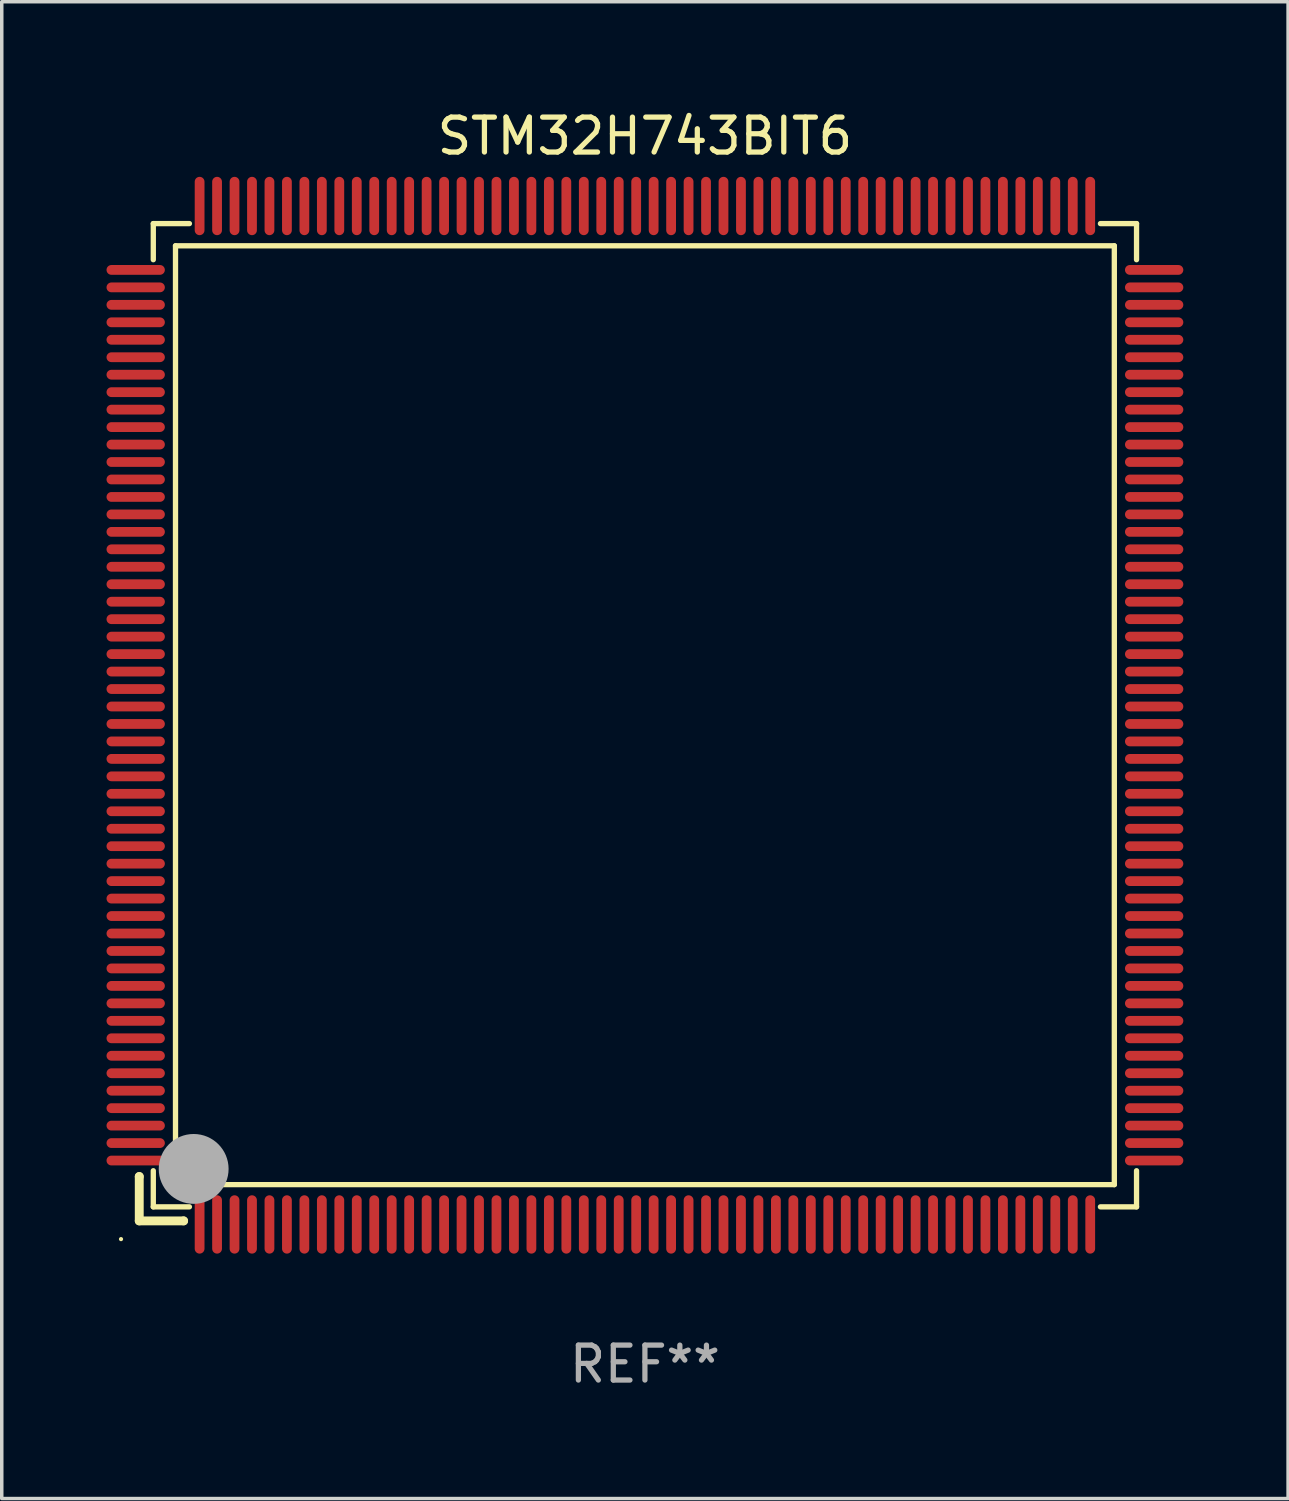
<source format=kicad_pcb>
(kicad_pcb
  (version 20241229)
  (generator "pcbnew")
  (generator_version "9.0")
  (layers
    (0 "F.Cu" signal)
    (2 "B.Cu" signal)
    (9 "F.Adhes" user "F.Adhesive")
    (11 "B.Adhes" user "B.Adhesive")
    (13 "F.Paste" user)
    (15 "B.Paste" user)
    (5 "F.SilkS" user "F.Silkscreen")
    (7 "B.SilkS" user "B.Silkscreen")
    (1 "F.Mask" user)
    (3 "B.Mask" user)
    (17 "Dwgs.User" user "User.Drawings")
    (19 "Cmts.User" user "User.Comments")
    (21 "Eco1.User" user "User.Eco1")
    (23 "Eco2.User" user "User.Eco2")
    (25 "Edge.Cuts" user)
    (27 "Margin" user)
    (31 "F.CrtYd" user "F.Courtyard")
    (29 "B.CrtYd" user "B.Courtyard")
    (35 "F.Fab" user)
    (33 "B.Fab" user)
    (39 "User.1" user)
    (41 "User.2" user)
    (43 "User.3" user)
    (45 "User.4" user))
  (footprint "STM32H743BIT6"
    (layer "F.Cu")
    (at 15.415 17.428)
    (property "Reference" "STM32H743BIT6" (at 0 -16.58 0) (layer "F.SilkS") (effects (font (size 1 1) (thickness 0.15))))
    (attr through_hole)
    (fp_line (start -14.478 13.208) (end -14.478 13.208) (stroke (width 0.254) (type solid)) (layer "F.SilkS"))
    (fp_line (start -14.478 13.208) (end -14.478 14.478) (stroke (width 0.254) (type solid)) (layer "F.SilkS"))
    (fp_line (start -14.478 14.478) (end -13.208 14.478) (stroke (width 0.254) (type solid)) (layer "F.SilkS"))
    (fp_line (start -14.076 -14.076) (end -14.076 -13.042) (stroke (width 0.152) (type solid)) (layer "F.SilkS"))
    (fp_line (start -14.076 14.076) (end -14.076 13.042) (stroke (width 0.152) (type solid)) (layer "F.SilkS"))
    (fp_line (start -13.44 -13.44) (end 13.44 -13.44) (stroke (width 0.152) (type solid)) (layer "F.SilkS"))
    (fp_line (start -13.44 13.44) (end -13.44 -13.44) (stroke (width 0.152) (type solid)) (layer "F.SilkS"))
    (fp_line (start -13.208 14.478) (end -13.208 14.478) (stroke (width 0.254) (type solid)) (layer "F.SilkS"))
    (fp_line (start -13.042 -14.076) (end -14.076 -14.076) (stroke (width 0.152) (type solid)) (layer "F.SilkS"))
    (fp_line (start -13.042 14.076) (end -14.076 14.076) (stroke (width 0.152) (type solid)) (layer "F.SilkS"))
    (fp_line (start 13.042 -14.076) (end 14.076 -14.076) (stroke (width 0.152) (type solid)) (layer "F.SilkS"))
    (fp_line (start 13.042 14.076) (end 14.076 14.076) (stroke (width 0.152) (type solid)) (layer "F.SilkS"))
    (fp_line (start 13.44 -13.44) (end 13.44 13.44) (stroke (width 0.152) (type solid)) (layer "F.SilkS"))
    (fp_line (start 13.44 13.44) (end -13.44 13.44) (stroke (width 0.152) (type solid)) (layer "F.SilkS"))
    (fp_line (start 14.076 -14.076) (end 14.076 -13.042) (stroke (width 0.152) (type solid)) (layer "F.SilkS"))
    (fp_line (start 14.076 14.076) (end 14.076 13.042) (stroke (width 0.152) (type solid)) (layer "F.SilkS"))
    (fp_circle (center -15 15) (end -14.97 15) (stroke (width 0.06) (type solid)) (fill no) (layer "F.SilkS"))
    (fp_circle (center -13.138 13.138) (end -13.063 13.138) (stroke (width 0.15) (type solid)) (fill no) (layer "F.SilkS"))
    (fp_circle (center -12.92 12.99) (end -12.42 12.99) (stroke (width 1) (type solid)) (fill no) (layer "F.Fab"))
    (fp_text user "REF**" (at 0 18.58 0) (layer "F.Fab") (effects (font (size 1 1) (thickness 0.15))))
    (pad "1" smd oval (at -12.75 14.58) (size 0.28 1.67) (layers "F.Cu" "F.Mask" "F.Paste"))
    (pad "2" smd oval (at -12.25 14.58) (size 0.28 1.67) (layers "F.Cu" "F.Mask" "F.Paste"))
    (pad "3" smd oval (at -11.75 14.58) (size 0.28 1.67) (layers "F.Cu" "F.Mask" "F.Paste"))
    (pad "4" smd oval (at -11.25 14.58) (size 0.28 1.67) (layers "F.Cu" "F.Mask" "F.Paste"))
    (pad "5" smd oval (at -10.75 14.58) (size 0.28 1.67) (layers "F.Cu" "F.Mask" "F.Paste"))
    (pad "6" smd oval (at -10.25 14.58) (size 0.28 1.67) (layers "F.Cu" "F.Mask" "F.Paste"))
    (pad "7" smd oval (at -9.75 14.58) (size 0.28 1.67) (layers "F.Cu" "F.Mask" "F.Paste"))
    (pad "8" smd oval (at -9.25 14.58) (size 0.28 1.67) (layers "F.Cu" "F.Mask" "F.Paste"))
    (pad "9" smd oval (at -8.75 14.58) (size 0.28 1.67) (layers "F.Cu" "F.Mask" "F.Paste"))
    (pad "10" smd oval (at -8.25 14.58) (size 0.28 1.67) (layers "F.Cu" "F.Mask" "F.Paste"))
    (pad "11" smd oval (at -7.75 14.58) (size 0.28 1.67) (layers "F.Cu" "F.Mask" "F.Paste"))
    (pad "12" smd oval (at -7.25 14.58) (size 0.28 1.67) (layers "F.Cu" "F.Mask" "F.Paste"))
    (pad "13" smd oval (at -6.75 14.58) (size 0.28 1.67) (layers "F.Cu" "F.Mask" "F.Paste"))
    (pad "14" smd oval (at -6.25 14.58) (size 0.28 1.67) (layers "F.Cu" "F.Mask" "F.Paste"))
    (pad "15" smd oval (at -5.75 14.58) (size 0.28 1.67) (layers "F.Cu" "F.Mask" "F.Paste"))
    (pad "16" smd oval (at -5.25 14.58) (size 0.28 1.67) (layers "F.Cu" "F.Mask" "F.Paste"))
    (pad "17" smd oval (at -4.75 14.58) (size 0.28 1.67) (layers "F.Cu" "F.Mask" "F.Paste"))
    (pad "18" smd oval (at -4.25 14.58) (size 0.28 1.67) (layers "F.Cu" "F.Mask" "F.Paste"))
    (pad "19" smd oval (at -3.75 14.58) (size 0.28 1.67) (layers "F.Cu" "F.Mask" "F.Paste"))
    (pad "20" smd oval (at -3.25 14.58) (size 0.28 1.67) (layers "F.Cu" "F.Mask" "F.Paste"))
    (pad "21" smd oval (at -2.75 14.58) (size 0.28 1.67) (layers "F.Cu" "F.Mask" "F.Paste"))
    (pad "22" smd oval (at -2.25 14.58) (size 0.28 1.67) (layers "F.Cu" "F.Mask" "F.Paste"))
    (pad "23" smd oval (at -1.75 14.58) (size 0.28 1.67) (layers "F.Cu" "F.Mask" "F.Paste"))
    (pad "24" smd oval (at -1.25 14.58) (size 0.28 1.67) (layers "F.Cu" "F.Mask" "F.Paste"))
    (pad "25" smd oval (at -0.75 14.58) (size 0.28 1.67) (layers "F.Cu" "F.Mask" "F.Paste"))
    (pad "26" smd oval (at -0.25 14.58) (size 0.28 1.67) (layers "F.Cu" "F.Mask" "F.Paste"))
    (pad "27" smd oval (at 0.25 14.58) (size 0.28 1.67) (layers "F.Cu" "F.Mask" "F.Paste"))
    (pad "28" smd oval (at 0.75 14.58) (size 0.28 1.67) (layers "F.Cu" "F.Mask" "F.Paste"))
    (pad "29" smd oval (at 1.25 14.58) (size 0.28 1.67) (layers "F.Cu" "F.Mask" "F.Paste"))
    (pad "30" smd oval (at 1.75 14.58) (size 0.28 1.67) (layers "F.Cu" "F.Mask" "F.Paste"))
    (pad "31" smd oval (at 2.25 14.58) (size 0.28 1.67) (layers "F.Cu" "F.Mask" "F.Paste"))
    (pad "32" smd oval (at 2.75 14.58) (size 0.28 1.67) (layers "F.Cu" "F.Mask" "F.Paste"))
    (pad "33" smd oval (at 3.25 14.58) (size 0.28 1.67) (layers "F.Cu" "F.Mask" "F.Paste"))
    (pad "34" smd oval (at 3.75 14.58) (size 0.28 1.67) (layers "F.Cu" "F.Mask" "F.Paste"))
    (pad "35" smd oval (at 4.25 14.58) (size 0.28 1.67) (layers "F.Cu" "F.Mask" "F.Paste"))
    (pad "36" smd oval (at 4.75 14.58) (size 0.28 1.67) (layers "F.Cu" "F.Mask" "F.Paste"))
    (pad "37" smd oval (at 5.25 14.58) (size 0.28 1.67) (layers "F.Cu" "F.Mask" "F.Paste"))
    (pad "38" smd oval (at 5.75 14.58) (size 0.28 1.67) (layers "F.Cu" "F.Mask" "F.Paste"))
    (pad "39" smd oval (at 6.25 14.58) (size 0.28 1.67) (layers "F.Cu" "F.Mask" "F.Paste"))
    (pad "40" smd oval (at 6.75 14.58) (size 0.28 1.67) (layers "F.Cu" "F.Mask" "F.Paste"))
    (pad "41" smd oval (at 7.25 14.58) (size 0.28 1.67) (layers "F.Cu" "F.Mask" "F.Paste"))
    (pad "42" smd oval (at 7.75 14.58) (size 0.28 1.67) (layers "F.Cu" "F.Mask" "F.Paste"))
    (pad "43" smd oval (at 8.25 14.58) (size 0.28 1.67) (layers "F.Cu" "F.Mask" "F.Paste"))
    (pad "44" smd oval (at 8.75 14.58) (size 0.28 1.67) (layers "F.Cu" "F.Mask" "F.Paste"))
    (pad "45" smd oval (at 9.25 14.58) (size 0.28 1.67) (layers "F.Cu" "F.Mask" "F.Paste"))
    (pad "46" smd oval (at 9.75 14.58) (size 0.28 1.67) (layers "F.Cu" "F.Mask" "F.Paste"))
    (pad "47" smd oval (at 10.25 14.58) (size 0.28 1.67) (layers "F.Cu" "F.Mask" "F.Paste"))
    (pad "48" smd oval (at 10.75 14.58) (size 0.28 1.67) (layers "F.Cu" "F.Mask" "F.Paste"))
    (pad "49" smd oval (at 11.25 14.58) (size 0.28 1.67) (layers "F.Cu" "F.Mask" "F.Paste"))
    (pad "50" smd oval (at 11.75 14.58) (size 0.28 1.67) (layers "F.Cu" "F.Mask" "F.Paste"))
    (pad "51" smd oval (at 12.25 14.58) (size 0.28 1.67) (layers "F.Cu" "F.Mask" "F.Paste"))
    (pad "52" smd oval (at 12.75 14.58) (size 0.28 1.67) (layers "F.Cu" "F.Mask" "F.Paste"))
    (pad "53" smd oval (at 14.58 12.75) (size 1.67 0.28) (layers "F.Cu" "F.Mask" "F.Paste"))
    (pad "54" smd oval (at 14.58 12.25) (size 1.67 0.28) (layers "F.Cu" "F.Mask" "F.Paste"))
    (pad "55" smd oval (at 14.58 11.75) (size 1.67 0.28) (layers "F.Cu" "F.Mask" "F.Paste"))
    (pad "56" smd oval (at 14.58 11.25) (size 1.67 0.28) (layers "F.Cu" "F.Mask" "F.Paste"))
    (pad "57" smd oval (at 14.58 10.75) (size 1.67 0.28) (layers "F.Cu" "F.Mask" "F.Paste"))
    (pad "58" smd oval (at 14.58 10.25) (size 1.67 0.28) (layers "F.Cu" "F.Mask" "F.Paste"))
    (pad "59" smd oval (at 14.58 9.75) (size 1.67 0.28) (layers "F.Cu" "F.Mask" "F.Paste"))
    (pad "60" smd oval (at 14.58 9.25) (size 1.67 0.28) (layers "F.Cu" "F.Mask" "F.Paste"))
    (pad "61" smd oval (at 14.58 8.75) (size 1.67 0.28) (layers "F.Cu" "F.Mask" "F.Paste"))
    (pad "62" smd oval (at 14.58 8.25) (size 1.67 0.28) (layers "F.Cu" "F.Mask" "F.Paste"))
    (pad "63" smd oval (at 14.58 7.75) (size 1.67 0.28) (layers "F.Cu" "F.Mask" "F.Paste"))
    (pad "64" smd oval (at 14.58 7.25) (size 1.67 0.28) (layers "F.Cu" "F.Mask" "F.Paste"))
    (pad "65" smd oval (at 14.58 6.75) (size 1.67 0.28) (layers "F.Cu" "F.Mask" "F.Paste"))
    (pad "66" smd oval (at 14.58 6.25) (size 1.67 0.28) (layers "F.Cu" "F.Mask" "F.Paste"))
    (pad "67" smd oval (at 14.58 5.75) (size 1.67 0.28) (layers "F.Cu" "F.Mask" "F.Paste"))
    (pad "68" smd oval (at 14.58 5.25) (size 1.67 0.28) (layers "F.Cu" "F.Mask" "F.Paste"))
    (pad "69" smd oval (at 14.58 4.75) (size 1.67 0.28) (layers "F.Cu" "F.Mask" "F.Paste"))
    (pad "70" smd oval (at 14.58 4.25) (size 1.67 0.28) (layers "F.Cu" "F.Mask" "F.Paste"))
    (pad "71" smd oval (at 14.58 3.75) (size 1.67 0.28) (layers "F.Cu" "F.Mask" "F.Paste"))
    (pad "72" smd oval (at 14.58 3.25) (size 1.67 0.28) (layers "F.Cu" "F.Mask" "F.Paste"))
    (pad "73" smd oval (at 14.58 2.75) (size 1.67 0.28) (layers "F.Cu" "F.Mask" "F.Paste"))
    (pad "74" smd oval (at 14.58 2.25) (size 1.67 0.28) (layers "F.Cu" "F.Mask" "F.Paste"))
    (pad "75" smd oval (at 14.58 1.75) (size 1.67 0.28) (layers "F.Cu" "F.Mask" "F.Paste"))
    (pad "76" smd oval (at 14.58 1.25) (size 1.67 0.28) (layers "F.Cu" "F.Mask" "F.Paste"))
    (pad "77" smd oval (at 14.58 0.75) (size 1.67 0.28) (layers "F.Cu" "F.Mask" "F.Paste"))
    (pad "78" smd oval (at 14.58 0.25) (size 1.67 0.28) (layers "F.Cu" "F.Mask" "F.Paste"))
    (pad "79" smd oval (at 14.58 -0.25) (size 1.67 0.28) (layers "F.Cu" "F.Mask" "F.Paste"))
    (pad "80" smd oval (at 14.58 -0.75) (size 1.67 0.28) (layers "F.Cu" "F.Mask" "F.Paste"))
    (pad "81" smd oval (at 14.58 -1.25) (size 1.67 0.28) (layers "F.Cu" "F.Mask" "F.Paste"))
    (pad "82" smd oval (at 14.58 -1.75) (size 1.67 0.28) (layers "F.Cu" "F.Mask" "F.Paste"))
    (pad "83" smd oval (at 14.58 -2.25) (size 1.67 0.28) (layers "F.Cu" "F.Mask" "F.Paste"))
    (pad "84" smd oval (at 14.58 -2.75) (size 1.67 0.28) (layers "F.Cu" "F.Mask" "F.Paste"))
    (pad "85" smd oval (at 14.58 -3.25) (size 1.67 0.28) (layers "F.Cu" "F.Mask" "F.Paste"))
    (pad "86" smd oval (at 14.58 -3.75) (size 1.67 0.28) (layers "F.Cu" "F.Mask" "F.Paste"))
    (pad "87" smd oval (at 14.58 -4.25) (size 1.67 0.28) (layers "F.Cu" "F.Mask" "F.Paste"))
    (pad "88" smd oval (at 14.58 -4.75) (size 1.67 0.28) (layers "F.Cu" "F.Mask" "F.Paste"))
    (pad "89" smd oval (at 14.58 -5.25) (size 1.67 0.28) (layers "F.Cu" "F.Mask" "F.Paste"))
    (pad "90" smd oval (at 14.58 -5.75) (size 1.67 0.28) (layers "F.Cu" "F.Mask" "F.Paste"))
    (pad "91" smd oval (at 14.58 -6.25) (size 1.67 0.28) (layers "F.Cu" "F.Mask" "F.Paste"))
    (pad "92" smd oval (at 14.58 -6.75) (size 1.67 0.28) (layers "F.Cu" "F.Mask" "F.Paste"))
    (pad "93" smd oval (at 14.58 -7.25) (size 1.67 0.28) (layers "F.Cu" "F.Mask" "F.Paste"))
    (pad "94" smd oval (at 14.58 -7.75) (size 1.67 0.28) (layers "F.Cu" "F.Mask" "F.Paste"))
    (pad "95" smd oval (at 14.58 -8.25) (size 1.67 0.28) (layers "F.Cu" "F.Mask" "F.Paste"))
    (pad "96" smd oval (at 14.58 -8.75) (size 1.67 0.28) (layers "F.Cu" "F.Mask" "F.Paste"))
    (pad "97" smd oval (at 14.58 -9.25) (size 1.67 0.28) (layers "F.Cu" "F.Mask" "F.Paste"))
    (pad "98" smd oval (at 14.58 -9.75) (size 1.67 0.28) (layers "F.Cu" "F.Mask" "F.Paste"))
    (pad "99" smd oval (at 14.58 -10.25) (size 1.67 0.28) (layers "F.Cu" "F.Mask" "F.Paste"))
    (pad "100" smd oval (at 14.58 -10.75) (size 1.67 0.28) (layers "F.Cu" "F.Mask" "F.Paste"))
    (pad "101" smd oval (at 14.58 -11.25) (size 1.67 0.28) (layers "F.Cu" "F.Mask" "F.Paste"))
    (pad "102" smd oval (at 14.58 -11.75) (size 1.67 0.28) (layers "F.Cu" "F.Mask" "F.Paste"))
    (pad "103" smd oval (at 14.58 -12.25) (size 1.67 0.28) (layers "F.Cu" "F.Mask" "F.Paste"))
    (pad "104" smd oval (at 14.58 -12.75) (size 1.67 0.28) (layers "F.Cu" "F.Mask" "F.Paste"))
    (pad "105" smd oval (at 12.75 -14.58) (size 0.28 1.67) (layers "F.Cu" "F.Mask" "F.Paste"))
    (pad "106" smd oval (at 12.25 -14.58) (size 0.28 1.67) (layers "F.Cu" "F.Mask" "F.Paste"))
    (pad "107" smd oval (at 11.75 -14.58) (size 0.28 1.67) (layers "F.Cu" "F.Mask" "F.Paste"))
    (pad "108" smd oval (at 11.25 -14.58) (size 0.28 1.67) (layers "F.Cu" "F.Mask" "F.Paste"))
    (pad "109" smd oval (at 10.75 -14.58) (size 0.28 1.67) (layers "F.Cu" "F.Mask" "F.Paste"))
    (pad "110" smd oval (at 10.25 -14.58) (size 0.28 1.67) (layers "F.Cu" "F.Mask" "F.Paste"))
    (pad "111" smd oval (at 9.75 -14.58) (size 0.28 1.67) (layers "F.Cu" "F.Mask" "F.Paste"))
    (pad "112" smd oval (at 9.25 -14.58) (size 0.28 1.67) (layers "F.Cu" "F.Mask" "F.Paste"))
    (pad "113" smd oval (at 8.75 -14.58) (size 0.28 1.67) (layers "F.Cu" "F.Mask" "F.Paste"))
    (pad "114" smd oval (at 8.25 -14.58) (size 0.28 1.67) (layers "F.Cu" "F.Mask" "F.Paste"))
    (pad "115" smd oval (at 7.75 -14.58) (size 0.28 1.67) (layers "F.Cu" "F.Mask" "F.Paste"))
    (pad "116" smd oval (at 7.25 -14.58) (size 0.28 1.67) (layers "F.Cu" "F.Mask" "F.Paste"))
    (pad "117" smd oval (at 6.75 -14.58) (size 0.28 1.67) (layers "F.Cu" "F.Mask" "F.Paste"))
    (pad "118" smd oval (at 6.25 -14.58) (size 0.28 1.67) (layers "F.Cu" "F.Mask" "F.Paste"))
    (pad "119" smd oval (at 5.75 -14.58) (size 0.28 1.67) (layers "F.Cu" "F.Mask" "F.Paste"))
    (pad "120" smd oval (at 5.25 -14.58) (size 0.28 1.67) (layers "F.Cu" "F.Mask" "F.Paste"))
    (pad "121" smd oval (at 4.75 -14.58) (size 0.28 1.67) (layers "F.Cu" "F.Mask" "F.Paste"))
    (pad "122" smd oval (at 4.25 -14.58) (size 0.28 1.67) (layers "F.Cu" "F.Mask" "F.Paste"))
    (pad "123" smd oval (at 3.75 -14.58) (size 0.28 1.67) (layers "F.Cu" "F.Mask" "F.Paste"))
    (pad "124" smd oval (at 3.25 -14.58) (size 0.28 1.67) (layers "F.Cu" "F.Mask" "F.Paste"))
    (pad "125" smd oval (at 2.75 -14.58) (size 0.28 1.67) (layers "F.Cu" "F.Mask" "F.Paste"))
    (pad "126" smd oval (at 2.25 -14.58) (size 0.28 1.67) (layers "F.Cu" "F.Mask" "F.Paste"))
    (pad "127" smd oval (at 1.75 -14.58) (size 0.28 1.67) (layers "F.Cu" "F.Mask" "F.Paste"))
    (pad "128" smd oval (at 1.25 -14.58) (size 0.28 1.67) (layers "F.Cu" "F.Mask" "F.Paste"))
    (pad "129" smd oval (at 0.75 -14.58) (size 0.28 1.67) (layers "F.Cu" "F.Mask" "F.Paste"))
    (pad "130" smd oval (at 0.25 -14.58) (size 0.28 1.67) (layers "F.Cu" "F.Mask" "F.Paste"))
    (pad "131" smd oval (at -0.25 -14.58) (size 0.28 1.67) (layers "F.Cu" "F.Mask" "F.Paste"))
    (pad "132" smd oval (at -0.75 -14.58) (size 0.28 1.67) (layers "F.Cu" "F.Mask" "F.Paste"))
    (pad "133" smd oval (at -1.25 -14.58) (size 0.28 1.67) (layers "F.Cu" "F.Mask" "F.Paste"))
    (pad "134" smd oval (at -1.75 -14.58) (size 0.28 1.67) (layers "F.Cu" "F.Mask" "F.Paste"))
    (pad "135" smd oval (at -2.25 -14.58) (size 0.28 1.67) (layers "F.Cu" "F.Mask" "F.Paste"))
    (pad "136" smd oval (at -2.75 -14.58) (size 0.28 1.67) (layers "F.Cu" "F.Mask" "F.Paste"))
    (pad "137" smd oval (at -3.25 -14.58) (size 0.28 1.67) (layers "F.Cu" "F.Mask" "F.Paste"))
    (pad "138" smd oval (at -3.75 -14.58) (size 0.28 1.67) (layers "F.Cu" "F.Mask" "F.Paste"))
    (pad "139" smd oval (at -4.25 -14.58) (size 0.28 1.67) (layers "F.Cu" "F.Mask" "F.Paste"))
    (pad "140" smd oval (at -4.75 -14.58) (size 0.28 1.67) (layers "F.Cu" "F.Mask" "F.Paste"))
    (pad "141" smd oval (at -5.25 -14.58) (size 0.28 1.67) (layers "F.Cu" "F.Mask" "F.Paste"))
    (pad "142" smd oval (at -5.75 -14.58) (size 0.28 1.67) (layers "F.Cu" "F.Mask" "F.Paste"))
    (pad "143" smd oval (at -6.25 -14.58) (size 0.28 1.67) (layers "F.Cu" "F.Mask" "F.Paste"))
    (pad "144" smd oval (at -6.75 -14.58) (size 0.28 1.67) (layers "F.Cu" "F.Mask" "F.Paste"))
    (pad "145" smd oval (at -7.25 -14.58) (size 0.28 1.67) (layers "F.Cu" "F.Mask" "F.Paste"))
    (pad "146" smd oval (at -7.75 -14.58) (size 0.28 1.67) (layers "F.Cu" "F.Mask" "F.Paste"))
    (pad "147" smd oval (at -8.25 -14.58) (size 0.28 1.67) (layers "F.Cu" "F.Mask" "F.Paste"))
    (pad "148" smd oval (at -8.75 -14.58) (size 0.28 1.67) (layers "F.Cu" "F.Mask" "F.Paste"))
    (pad "149" smd oval (at -9.25 -14.58) (size 0.28 1.67) (layers "F.Cu" "F.Mask" "F.Paste"))
    (pad "150" smd oval (at -9.75 -14.58) (size 0.28 1.67) (layers "F.Cu" "F.Mask" "F.Paste"))
    (pad "151" smd oval (at -10.25 -14.58) (size 0.28 1.67) (layers "F.Cu" "F.Mask" "F.Paste"))
    (pad "152" smd oval (at -10.75 -14.58) (size 0.28 1.67) (layers "F.Cu" "F.Mask" "F.Paste"))
    (pad "153" smd oval (at -11.25 -14.58) (size 0.28 1.67) (layers "F.Cu" "F.Mask" "F.Paste"))
    (pad "154" smd oval (at -11.75 -14.58) (size 0.28 1.67) (layers "F.Cu" "F.Mask" "F.Paste"))
    (pad "155" smd oval (at -12.25 -14.58) (size 0.28 1.67) (layers "F.Cu" "F.Mask" "F.Paste"))
    (pad "156" smd oval (at -12.75 -14.58) (size 0.28 1.67) (layers "F.Cu" "F.Mask" "F.Paste"))
    (pad "157" smd oval (at -14.58 -12.75) (size 1.67 0.28) (layers "F.Cu" "F.Mask" "F.Paste"))
    (pad "158" smd oval (at -14.58 -12.25) (size 1.67 0.28) (layers "F.Cu" "F.Mask" "F.Paste"))
    (pad "159" smd oval (at -14.58 -11.75) (size 1.67 0.28) (layers "F.Cu" "F.Mask" "F.Paste"))
    (pad "160" smd oval (at -14.58 -11.25) (size 1.67 0.28) (layers "F.Cu" "F.Mask" "F.Paste"))
    (pad "161" smd oval (at -14.58 -10.75) (size 1.67 0.28) (layers "F.Cu" "F.Mask" "F.Paste"))
    (pad "162" smd oval (at -14.58 -10.25) (size 1.67 0.28) (layers "F.Cu" "F.Mask" "F.Paste"))
    (pad "163" smd oval (at -14.58 -9.75) (size 1.67 0.28) (layers "F.Cu" "F.Mask" "F.Paste"))
    (pad "164" smd oval (at -14.58 -9.25) (size 1.67 0.28) (layers "F.Cu" "F.Mask" "F.Paste"))
    (pad "165" smd oval (at -14.58 -8.75) (size 1.67 0.28) (layers "F.Cu" "F.Mask" "F.Paste"))
    (pad "166" smd oval (at -14.58 -8.25) (size 1.67 0.28) (layers "F.Cu" "F.Mask" "F.Paste"))
    (pad "167" smd oval (at -14.58 -7.75) (size 1.67 0.28) (layers "F.Cu" "F.Mask" "F.Paste"))
    (pad "168" smd oval (at -14.58 -7.25) (size 1.67 0.28) (layers "F.Cu" "F.Mask" "F.Paste"))
    (pad "169" smd oval (at -14.58 -6.75) (size 1.67 0.28) (layers "F.Cu" "F.Mask" "F.Paste"))
    (pad "170" smd oval (at -14.58 -6.25) (size 1.67 0.28) (layers "F.Cu" "F.Mask" "F.Paste"))
    (pad "171" smd oval (at -14.58 -5.75) (size 1.67 0.28) (layers "F.Cu" "F.Mask" "F.Paste"))
    (pad "172" smd oval (at -14.58 -5.25) (size 1.67 0.28) (layers "F.Cu" "F.Mask" "F.Paste"))
    (pad "173" smd oval (at -14.58 -4.75) (size 1.67 0.28) (layers "F.Cu" "F.Mask" "F.Paste"))
    (pad "174" smd oval (at -14.58 -4.25) (size 1.67 0.28) (layers "F.Cu" "F.Mask" "F.Paste"))
    (pad "175" smd oval (at -14.58 -3.75) (size 1.67 0.28) (layers "F.Cu" "F.Mask" "F.Paste"))
    (pad "176" smd oval (at -14.58 -3.25) (size 1.67 0.28) (layers "F.Cu" "F.Mask" "F.Paste"))
    (pad "177" smd oval (at -14.58 -2.75) (size 1.67 0.28) (layers "F.Cu" "F.Mask" "F.Paste"))
    (pad "178" smd oval (at -14.58 -2.25) (size 1.67 0.28) (layers "F.Cu" "F.Mask" "F.Paste"))
    (pad "179" smd oval (at -14.58 -1.75) (size 1.67 0.28) (layers "F.Cu" "F.Mask" "F.Paste"))
    (pad "180" smd oval (at -14.58 -1.25) (size 1.67 0.28) (layers "F.Cu" "F.Mask" "F.Paste"))
    (pad "181" smd oval (at -14.58 -0.75) (size 1.67 0.28) (layers "F.Cu" "F.Mask" "F.Paste"))
    (pad "182" smd oval (at -14.58 -0.25) (size 1.67 0.28) (layers "F.Cu" "F.Mask" "F.Paste"))
    (pad "183" smd oval (at -14.58 0.25) (size 1.67 0.28) (layers "F.Cu" "F.Mask" "F.Paste"))
    (pad "184" smd oval (at -14.58 0.75) (size 1.67 0.28) (layers "F.Cu" "F.Mask" "F.Paste"))
    (pad "185" smd oval (at -14.58 1.25) (size 1.67 0.28) (layers "F.Cu" "F.Mask" "F.Paste"))
    (pad "186" smd oval (at -14.58 1.75) (size 1.67 0.28) (layers "F.Cu" "F.Mask" "F.Paste"))
    (pad "187" smd oval (at -14.58 2.25) (size 1.67 0.28) (layers "F.Cu" "F.Mask" "F.Paste"))
    (pad "188" smd oval (at -14.58 2.75) (size 1.67 0.28) (layers "F.Cu" "F.Mask" "F.Paste"))
    (pad "189" smd oval (at -14.58 3.25) (size 1.67 0.28) (layers "F.Cu" "F.Mask" "F.Paste"))
    (pad "190" smd oval (at -14.58 3.75) (size 1.67 0.28) (layers "F.Cu" "F.Mask" "F.Paste"))
    (pad "191" smd oval (at -14.58 4.25) (size 1.67 0.28) (layers "F.Cu" "F.Mask" "F.Paste"))
    (pad "192" smd oval (at -14.58 4.75) (size 1.67 0.28) (layers "F.Cu" "F.Mask" "F.Paste"))
    (pad "193" smd oval (at -14.58 5.25) (size 1.67 0.28) (layers "F.Cu" "F.Mask" "F.Paste"))
    (pad "194" smd oval (at -14.58 5.75) (size 1.67 0.28) (layers "F.Cu" "F.Mask" "F.Paste"))
    (pad "195" smd oval (at -14.58 6.25) (size 1.67 0.28) (layers "F.Cu" "F.Mask" "F.Paste"))
    (pad "196" smd oval (at -14.58 6.75) (size 1.67 0.28) (layers "F.Cu" "F.Mask" "F.Paste"))
    (pad "197" smd oval (at -14.58 7.25) (size 1.67 0.28) (layers "F.Cu" "F.Mask" "F.Paste"))
    (pad "198" smd oval (at -14.58 7.75) (size 1.67 0.28) (layers "F.Cu" "F.Mask" "F.Paste"))
    (pad "199" smd oval (at -14.58 8.25) (size 1.67 0.28) (layers "F.Cu" "F.Mask" "F.Paste"))
    (pad "200" smd oval (at -14.58 8.75) (size 1.67 0.28) (layers "F.Cu" "F.Mask" "F.Paste"))
    (pad "201" smd oval (at -14.58 9.25) (size 1.67 0.28) (layers "F.Cu" "F.Mask" "F.Paste"))
    (pad "202" smd oval (at -14.58 9.75) (size 1.67 0.28) (layers "F.Cu" "F.Mask" "F.Paste"))
    (pad "203" smd oval (at -14.58 10.25) (size 1.67 0.28) (layers "F.Cu" "F.Mask" "F.Paste"))
    (pad "204" smd oval (at -14.58 10.75) (size 1.67 0.28) (layers "F.Cu" "F.Mask" "F.Paste"))
    (pad "205" smd oval (at -14.58 11.25) (size 1.67 0.28) (layers "F.Cu" "F.Mask" "F.Paste"))
    (pad "206" smd oval (at -14.58 11.75) (size 1.67 0.28) (layers "F.Cu" "F.Mask" "F.Paste"))
    (pad "207" smd oval (at -14.58 12.25) (size 1.67 0.28) (layers "F.Cu" "F.Mask" "F.Paste"))
    (pad "208" smd oval (at -14.58 12.75) (size 1.67 0.28) (layers "F.Cu" "F.Mask" "F.Paste")))
  (gr_rect
    (start -3 -3)
    (end 33.83 39.856)
    (stroke (width 0.1) (type default))
    (fill no)
    (layer "Edge.Cuts")))
</source>
